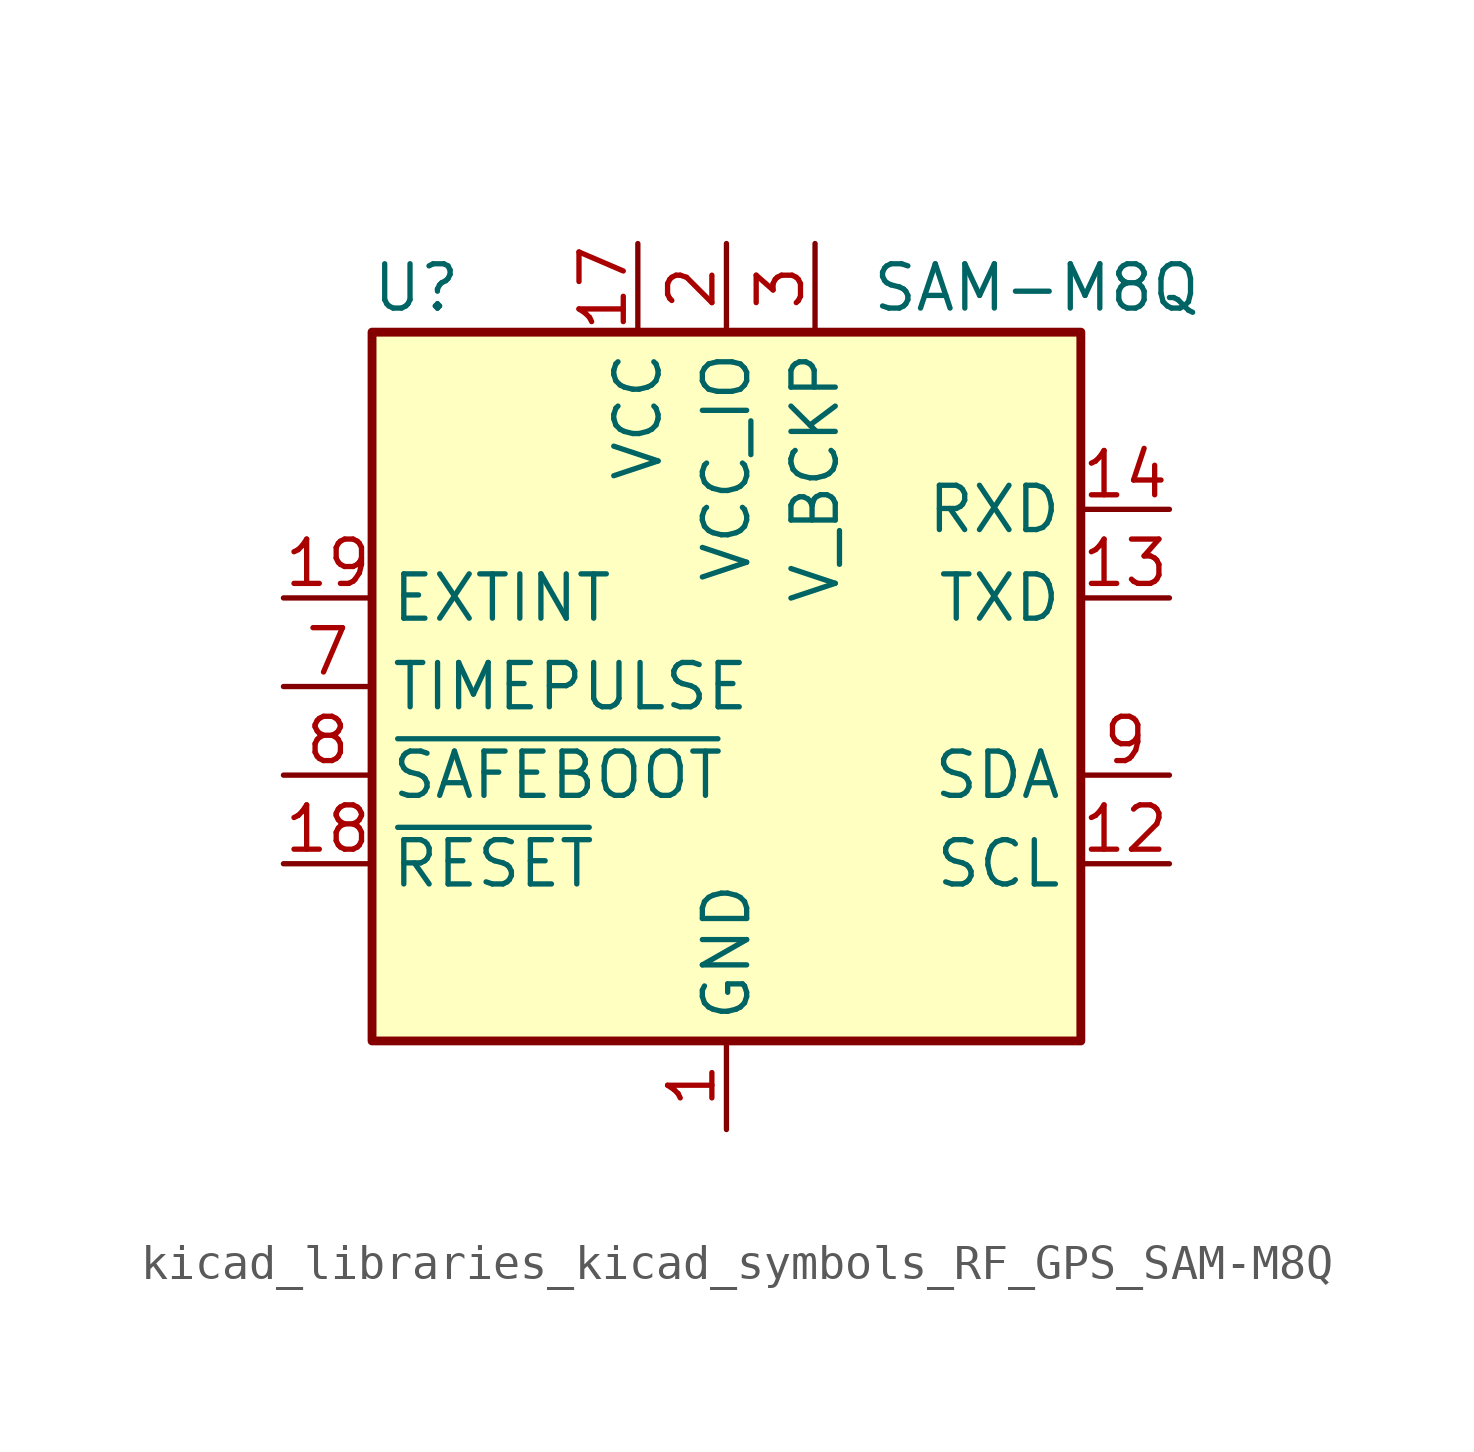
<source format=kicad_sym>
(kicad_symbol_lib
  (version 20220914)
  (generator kicad_symbol_editor)
  (symbol "kicad_libraries_kicad_symbols_RF_GPS_SAM-M8Q"
    (property "Reference" "U"
      (at -8.89 11.43 0)
      (effects (font (size 1.27 1.27))))
    (property "Value" "SAM-M8Q"
      (at 8.89 11.43 0)
      (effects (font (size 1.27 1.27))))
    (symbol "kicad_libraries_kicad_symbols_RF_GPS_SAM-M8Q_0_1"
      (rectangle (start -10.16 10.16) (end 10.16 -10.16) (stroke (width 0.254) (type default)) (fill (type background))))
    (symbol "kicad_libraries_kicad_symbols_RF_GPS_SAM-M8Q_1_1"
      (pin power_in line (at 0 -12.7 90) (length 2.54) (name "GND" (effects (font (size 1.27 1.27)))) (number "1" (effects (font (size 1.27 1.27)))))
      (pin passive line (at 0 -12.7 90) (length 2.54) hide (name "GND" (effects (font (size 1.27 1.27)))) (number "10" (effects (font (size 1.27 1.27)))))
      (pin passive line (at 0 -12.7 90) (length 2.54) hide (name "GND" (effects (font (size 1.27 1.27)))) (number "11" (effects (font (size 1.27 1.27)))))
      (pin input line (at 12.7 -5.08 180) (length 2.54) (name "SCL" (effects (font (size 1.27 1.27)))) (number "12" (effects (font (size 1.27 1.27)))))
      (pin output line (at 12.7 2.54 180) (length 2.54) (name "TXD" (effects (font (size 1.27 1.27)))) (number "13" (effects (font (size 1.27 1.27)))))
      (pin input line (at 12.7 5.08 180) (length 2.54) (name "RXD" (effects (font (size 1.27 1.27)))) (number "14" (effects (font (size 1.27 1.27)))))
      (pin passive line (at 0 -12.7 90) (length 2.54) hide (name "GND" (effects (font (size 1.27 1.27)))) (number "15" (effects (font (size 1.27 1.27)))))
      (pin passive line (at 0 -12.7 90) (length 2.54) hide (name "GND" (effects (font (size 1.27 1.27)))) (number "16" (effects (font (size 1.27 1.27)))))
      (pin power_in line (at -2.54 12.7 270) (length 2.54) (name "VCC" (effects (font (size 1.27 1.27)))) (number "17" (effects (font (size 1.27 1.27)))))
      (pin input line (at -12.7 -5.08 0) (length 2.54) (name "~{RESET}" (effects (font (size 1.27 1.27)))) (number "18" (effects (font (size 1.27 1.27)))))
      (pin input line (at -12.7 2.54 0) (length 2.54) (name "EXTINT" (effects (font (size 1.27 1.27)))) (number "19" (effects (font (size 1.27 1.27)))))
      (pin power_in line (at 0 12.7 270) (length 2.54) (name "VCC_IO" (effects (font (size 1.27 1.27)))) (number "2" (effects (font (size 1.27 1.27)))))
      (pin passive line (at 0 -12.7 90) (length 2.54) hide (name "GND" (effects (font (size 1.27 1.27)))) (number "20" (effects (font (size 1.27 1.27)))))
      (pin power_in line (at 2.54 12.7 270) (length 2.54) (name "V_BCKP" (effects (font (size 1.27 1.27)))) (number "3" (effects (font (size 1.27 1.27)))))
      (pin passive line (at 0 -12.7 90) (length 2.54) hide (name "GND" (effects (font (size 1.27 1.27)))) (number "4" (effects (font (size 1.27 1.27)))))
      (pin passive line (at 0 -12.7 90) (length 2.54) hide (name "GND" (effects (font (size 1.27 1.27)))) (number "5" (effects (font (size 1.27 1.27)))))
      (pin passive line (at 0 -12.7 90) (length 2.54) hide (name "GND" (effects (font (size 1.27 1.27)))) (number "6" (effects (font (size 1.27 1.27)))))
      (pin output line (at -12.7 0 0) (length 2.54) (name "TIMEPULSE" (effects (font (size 1.27 1.27)))) (number "7" (effects (font (size 1.27 1.27)))))
      (pin input line (at -12.7 -2.54 0) (length 2.54) (name "~{SAFEBOOT}" (effects (font (size 1.27 1.27)))) (number "8" (effects (font (size 1.27 1.27)))))
      (pin bidirectional line (at 12.7 -2.54 180) (length 2.54) (name "SDA" (effects (font (size 1.27 1.27)))) (number "9" (effects (font (size 1.27 1.27))))))))
</source>
